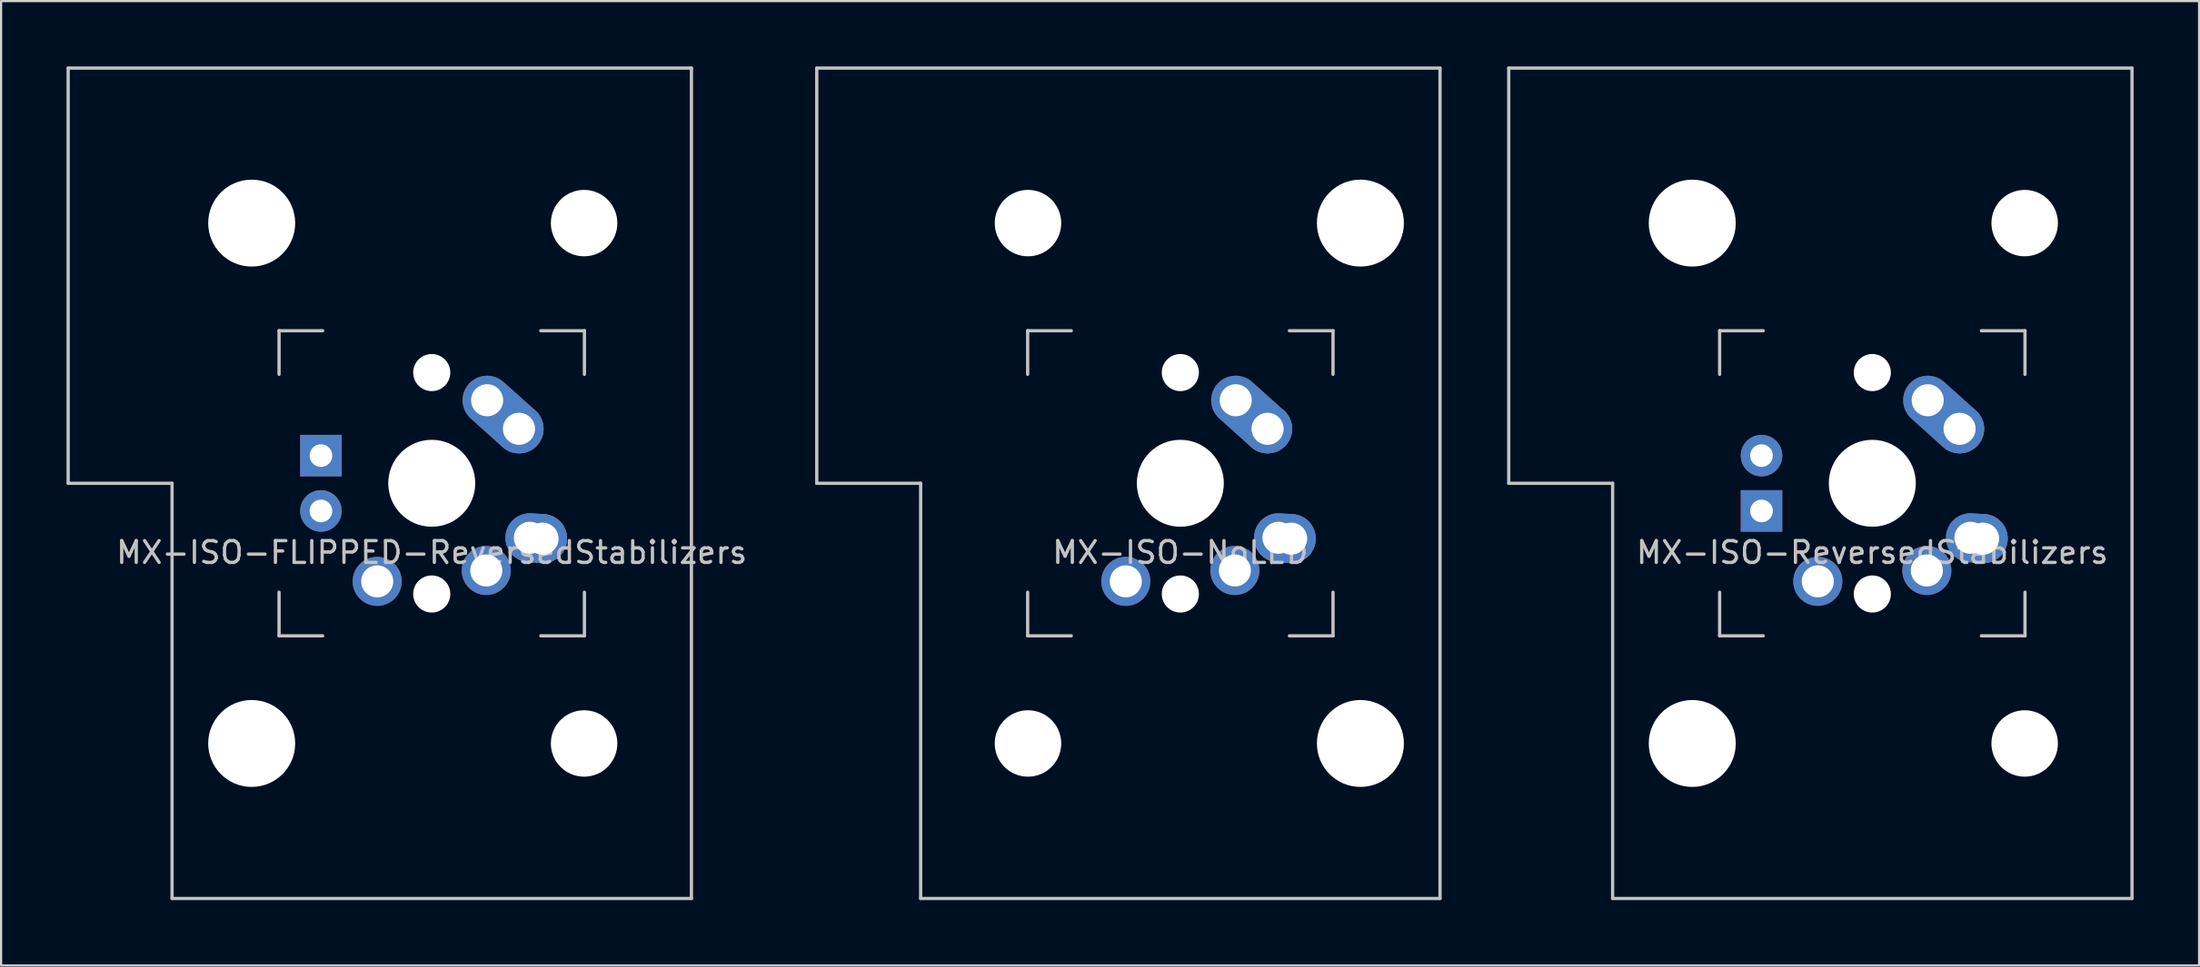
<source format=kicad_pcb>
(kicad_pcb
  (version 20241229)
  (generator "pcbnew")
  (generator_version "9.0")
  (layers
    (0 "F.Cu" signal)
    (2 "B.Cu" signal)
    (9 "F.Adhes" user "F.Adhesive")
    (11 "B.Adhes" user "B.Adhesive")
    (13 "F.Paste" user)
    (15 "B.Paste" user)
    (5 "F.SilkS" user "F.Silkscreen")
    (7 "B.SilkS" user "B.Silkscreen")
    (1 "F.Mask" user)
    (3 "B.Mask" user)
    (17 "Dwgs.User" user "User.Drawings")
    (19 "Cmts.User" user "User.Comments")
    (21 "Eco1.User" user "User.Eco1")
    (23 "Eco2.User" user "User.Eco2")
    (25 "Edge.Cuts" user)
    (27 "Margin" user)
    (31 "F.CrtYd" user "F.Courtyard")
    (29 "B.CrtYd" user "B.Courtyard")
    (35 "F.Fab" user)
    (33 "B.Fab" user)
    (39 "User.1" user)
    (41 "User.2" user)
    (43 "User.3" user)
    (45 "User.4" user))
  (footprint "MX-ISO-FLIPPED-ReversedStabilizers"
    (layer "F.Cu")
    (at 16.744 19.125)
    (property "Reference" "MX-ISO-FLIPPED-ReversedStabilizers" (at 0 3.175 0) (layer "Dwgs.User") (effects (font (size 1 1) (thickness 0.15))))
    (attr through_hole)
    (fp_line (start -16.669 -19.05) (end -16.669 0) (stroke (width 0.15) (type solid)) (layer "Dwgs.User"))
    (fp_line (start -16.669 -19.05) (end 11.906 -19.05) (stroke (width 0.15) (type solid)) (layer "Dwgs.User"))
    (fp_line (start -11.906 0) (end -16.669 0) (stroke (width 0.15) (type solid)) (layer "Dwgs.User"))
    (fp_line (start -11.906 19.05) (end -11.906 0) (stroke (width 0.15) (type solid)) (layer "Dwgs.User"))
    (fp_line (start -11.906 19.05) (end 11.906 19.05) (stroke (width 0.15) (type solid)) (layer "Dwgs.User"))
    (fp_line (start -7 -7) (end -7 -5) (stroke (width 0.15) (type solid)) (layer "Dwgs.User"))
    (fp_line (start -7 5) (end -7 7) (stroke (width 0.15) (type solid)) (layer "Dwgs.User"))
    (fp_line (start -7 7) (end -5 7) (stroke (width 0.15) (type solid)) (layer "Dwgs.User"))
    (fp_line (start -5 -7) (end -7 -7) (stroke (width 0.15) (type solid)) (layer "Dwgs.User"))
    (fp_line (start 5 -7) (end 7 -7) (stroke (width 0.15) (type solid)) (layer "Dwgs.User"))
    (fp_line (start 5 7) (end 7 7) (stroke (width 0.15) (type solid)) (layer "Dwgs.User"))
    (fp_line (start 7 -7) (end 7 -5) (stroke (width 0.15) (type solid)) (layer "Dwgs.User"))
    (fp_line (start 7 7) (end 7 5) (stroke (width 0.15) (type solid)) (layer "Dwgs.User"))
    (fp_line (start 11.906 -19.05) (end 11.906 19.05) (stroke (width 0.15) (type solid)) (layer "Dwgs.User"))
    (pad "" np_thru_hole circle (at -8.255 -11.938) (size 3.988 3.988) (drill 3.988) (layers "*.Cu" "*.Mask"))
    (pad "" np_thru_hole circle (at -8.255 11.938) (size 3.988 3.988) (drill 3.988) (layers "*.Cu" "*.Mask"))
    (pad "" np_thru_hole circle (at 0 -5.08 48.1) (size 1.702 1.702) (drill 1.702) (layers "*.Cu" "*.Mask"))
    (pad "" np_thru_hole circle (at 0 0) (size 3.988 3.988) (drill 3.988) (layers "*.Cu" "*.Mask"))
    (pad "" np_thru_hole circle (at 0 5.08 48.1) (size 1.702 1.702) (drill 1.702) (layers "*.Cu" "*.Mask"))
    (pad "" np_thru_hole circle (at 6.985 -11.938) (size 3.048 3.048) (drill 3.048) (layers "*.Cu" "*.Mask"))
    (pad "" np_thru_hole circle (at 6.985 11.938) (size 3.048 3.048) (drill 3.048) (layers "*.Cu" "*.Mask"))
    (pad "1" thru_hole circle (at 2.5 4) (size 2.25 2.25) (drill 1.47) (layers "*.Cu" "*.Mask"))
    (pad "1" thru_hole oval (at 4.5 2.5 356.055) (size 2.831 2.25) (drill 1.47 (offset 0.291 0)) (layers "*.Cu" "*.Mask"))
    (pad "1" thru_hole circle (at 5.08 2.54) (size 2.25 2.25) (drill 1.47) (layers "*.Cu" "*.Mask"))
    (pad "2" thru_hole circle (at -2.5 4.5) (size 2.25 2.25) (drill 1.47) (layers "*.Cu" "*.Mask"))
    (pad "2" thru_hole oval (at 2.54 -3.81 318.1) (size 4.212 2.25) (drill 1.47 (offset 0.981 0)) (layers "*.Cu" "*.Mask"))
    (pad "2" thru_hole circle (at 4 -2.5) (size 2.25 2.25) (drill 1.47) (layers "*.Cu" "*.Mask"))
    (pad "3" thru_hole circle (at -5.08 1.27) (size 1.905 1.905) (drill 1.04) (layers "*.Cu" "*.Mask"))
    (pad "4" thru_hole rect (at -5.08 -1.27) (size 1.905 1.905) (drill 1.04) (layers "*.Cu" "*.Mask")))
  (footprint "MX-ISO-NoLED"
    (layer "F.Cu")
    (at 51.065 19.125)
    (property "Reference" "MX-ISO-NoLED" (at 0 3.175 0) (layer "Dwgs.User") (effects (font (size 1 1) (thickness 0.15))))
    (attr through_hole)
    (fp_line (start -16.669 -19.05) (end -16.669 0) (stroke (width 0.15) (type solid)) (layer "Dwgs.User"))
    (fp_line (start -16.669 -19.05) (end 11.906 -19.05) (stroke (width 0.15) (type solid)) (layer "Dwgs.User"))
    (fp_line (start -11.906 0) (end -16.669 0) (stroke (width 0.15) (type solid)) (layer "Dwgs.User"))
    (fp_line (start -11.906 19.05) (end -11.906 0) (stroke (width 0.15) (type solid)) (layer "Dwgs.User"))
    (fp_line (start -11.906 19.05) (end 11.906 19.05) (stroke (width 0.15) (type solid)) (layer "Dwgs.User"))
    (fp_line (start -7 -7) (end -7 -5) (stroke (width 0.15) (type solid)) (layer "Dwgs.User"))
    (fp_line (start -7 5) (end -7 7) (stroke (width 0.15) (type solid)) (layer "Dwgs.User"))
    (fp_line (start -7 7) (end -5 7) (stroke (width 0.15) (type solid)) (layer "Dwgs.User"))
    (fp_line (start -5 -7) (end -7 -7) (stroke (width 0.15) (type solid)) (layer "Dwgs.User"))
    (fp_line (start 5 -7) (end 7 -7) (stroke (width 0.15) (type solid)) (layer "Dwgs.User"))
    (fp_line (start 5 7) (end 7 7) (stroke (width 0.15) (type solid)) (layer "Dwgs.User"))
    (fp_line (start 7 -7) (end 7 -5) (stroke (width 0.15) (type solid)) (layer "Dwgs.User"))
    (fp_line (start 7 7) (end 7 5) (stroke (width 0.15) (type solid)) (layer "Dwgs.User"))
    (fp_line (start 11.906 -19.05) (end 11.906 19.05) (stroke (width 0.15) (type solid)) (layer "Dwgs.User"))
    (pad "" np_thru_hole circle (at -6.985 -11.938) (size 3.048 3.048) (drill 3.048) (layers "*.Cu" "*.Mask"))
    (pad "" np_thru_hole circle (at -6.985 11.938) (size 3.048 3.048) (drill 3.048) (layers "*.Cu" "*.Mask"))
    (pad "" np_thru_hole circle (at 0 -5.08 48.1) (size 1.702 1.702) (drill 1.702) (layers "*.Cu" "*.Mask"))
    (pad "" np_thru_hole circle (at 0 0) (size 3.988 3.988) (drill 3.988) (layers "*.Cu" "*.Mask"))
    (pad "" np_thru_hole circle (at 0 5.08 48.1) (size 1.702 1.702) (drill 1.702) (layers "*.Cu" "*.Mask"))
    (pad "" np_thru_hole circle (at 8.255 -11.938) (size 3.988 3.988) (drill 3.988) (layers "*.Cu" "*.Mask"))
    (pad "" np_thru_hole circle (at 8.255 11.938) (size 3.988 3.988) (drill 3.988) (layers "*.Cu" "*.Mask"))
    (pad "1" thru_hole circle (at 2.5 4) (size 2.25 2.25) (drill 1.47) (layers "*.Cu" "B.Mask"))
    (pad "1" thru_hole oval (at 4.5 2.5 356.055) (size 2.831 2.25) (drill 1.47 (offset 0.291 0)) (layers "*.Cu" "B.Mask"))
    (pad "1" thru_hole circle (at 5.08 2.54) (size 2.25 2.25) (drill 1.47) (layers "*.Cu" "B.Mask"))
    (pad "2" thru_hole circle (at -2.5 4.5) (size 2.25 2.25) (drill 1.47) (layers "*.Cu" "B.Mask"))
    (pad "2" thru_hole oval (at 2.54 -3.81 318.1) (size 4.212 2.25) (drill 1.47 (offset 0.981 0)) (layers "*.Cu" "B.Mask"))
    (pad "2" thru_hole circle (at 4 -2.5) (size 2.25 2.25) (drill 1.47) (layers "*.Cu" "B.Mask")))
  (footprint "MX-ISO-ReversedStabilizers"
    (layer "F.Cu")
    (at 82.79 19.125)
    (property "Reference" "MX-ISO-ReversedStabilizers" (at 0 3.175 0) (layer "Dwgs.User") (effects (font (size 1 1) (thickness 0.15))))
    (attr through_hole)
    (fp_line (start -16.669 -19.05) (end -16.669 0) (stroke (width 0.15) (type solid)) (layer "Dwgs.User"))
    (fp_line (start -16.669 -19.05) (end 11.906 -19.05) (stroke (width 0.15) (type solid)) (layer "Dwgs.User"))
    (fp_line (start -11.906 0) (end -16.669 0) (stroke (width 0.15) (type solid)) (layer "Dwgs.User"))
    (fp_line (start -11.906 19.05) (end -11.906 0) (stroke (width 0.15) (type solid)) (layer "Dwgs.User"))
    (fp_line (start -11.906 19.05) (end 11.906 19.05) (stroke (width 0.15) (type solid)) (layer "Dwgs.User"))
    (fp_line (start -7 -7) (end -7 -5) (stroke (width 0.15) (type solid)) (layer "Dwgs.User"))
    (fp_line (start -7 5) (end -7 7) (stroke (width 0.15) (type solid)) (layer "Dwgs.User"))
    (fp_line (start -7 7) (end -5 7) (stroke (width 0.15) (type solid)) (layer "Dwgs.User"))
    (fp_line (start -5 -7) (end -7 -7) (stroke (width 0.15) (type solid)) (layer "Dwgs.User"))
    (fp_line (start 5 -7) (end 7 -7) (stroke (width 0.15) (type solid)) (layer "Dwgs.User"))
    (fp_line (start 5 7) (end 7 7) (stroke (width 0.15) (type solid)) (layer "Dwgs.User"))
    (fp_line (start 7 -7) (end 7 -5) (stroke (width 0.15) (type solid)) (layer "Dwgs.User"))
    (fp_line (start 7 7) (end 7 5) (stroke (width 0.15) (type solid)) (layer "Dwgs.User"))
    (fp_line (start 11.906 -19.05) (end 11.906 19.05) (stroke (width 0.15) (type solid)) (layer "Dwgs.User"))
    (pad "" np_thru_hole circle (at -8.255 -11.938) (size 3.988 3.988) (drill 3.988) (layers "*.Cu" "*.Mask"))
    (pad "" np_thru_hole circle (at -8.255 11.938) (size 3.988 3.988) (drill 3.988) (layers "*.Cu" "*.Mask"))
    (pad "" np_thru_hole circle (at 0 -5.08 48.1) (size 1.702 1.702) (drill 1.702) (layers "*.Cu" "*.Mask"))
    (pad "" np_thru_hole circle (at 0 0) (size 3.988 3.988) (drill 3.988) (layers "*.Cu" "*.Mask"))
    (pad "" np_thru_hole circle (at 0 5.08 48.1) (size 1.702 1.702) (drill 1.702) (layers "*.Cu" "*.Mask"))
    (pad "" np_thru_hole circle (at 6.985 -11.938) (size 3.048 3.048) (drill 3.048) (layers "*.Cu" "*.Mask"))
    (pad "" np_thru_hole circle (at 6.985 11.938) (size 3.048 3.048) (drill 3.048) (layers "*.Cu" "*.Mask"))
    (pad "1" thru_hole circle (at 2.5 4) (size 2.25 2.25) (drill 1.47) (layers "*.Cu" "*.Mask"))
    (pad "1" thru_hole oval (at 4.5 2.5 356.055) (size 2.831 2.25) (drill 1.47 (offset 0.291 0)) (layers "*.Cu" "*.Mask"))
    (pad "1" thru_hole circle (at 5.08 2.54) (size 2.25 2.25) (drill 1.47) (layers "*.Cu" "*.Mask"))
    (pad "2" thru_hole circle (at -2.5 4.5) (size 2.25 2.25) (drill 1.47) (layers "*.Cu" "*.Mask"))
    (pad "2" thru_hole oval (at 2.54 -3.81 318.1) (size 4.212 2.25) (drill 1.47 (offset 0.981 0)) (layers "*.Cu" "*.Mask"))
    (pad "2" thru_hole circle (at 4 -2.5) (size 2.25 2.25) (drill 1.47) (layers "*.Cu" "*.Mask"))
    (pad "3" thru_hole circle (at -5.08 -1.27) (size 1.905 1.905) (drill 1.04) (layers "*.Cu" "*.Mask"))
    (pad "4" thru_hole rect (at -5.08 1.27) (size 1.905 1.905) (drill 1.04) (layers "*.Cu" "*.Mask")))
  (gr_rect
    (start -3 -3)
    (end 97.771 41.25)
    (stroke (width 0.1) (type default))
    (fill no)
    (layer "Edge.Cuts")))
</source>
